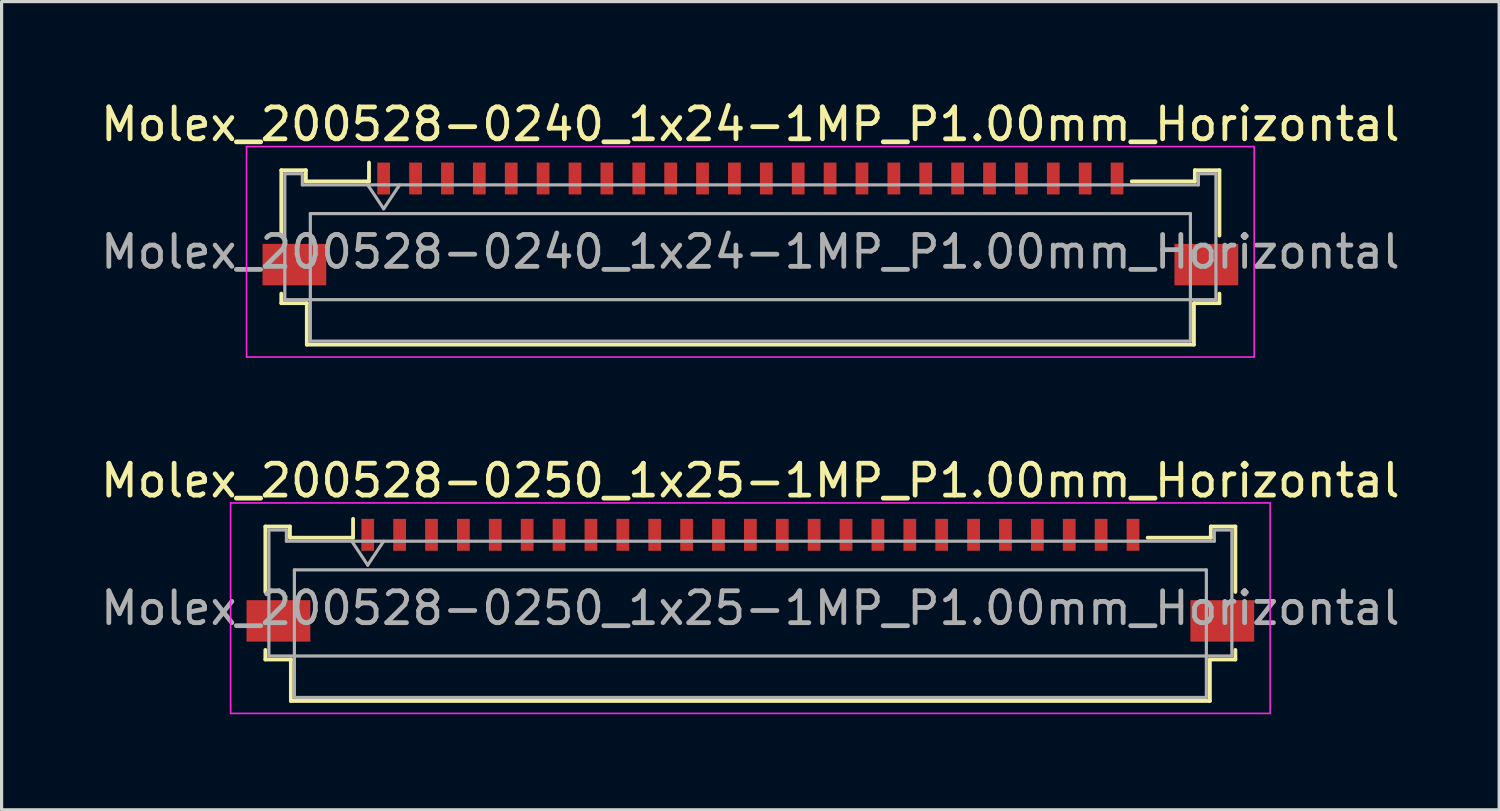
<source format=kicad_pcb>
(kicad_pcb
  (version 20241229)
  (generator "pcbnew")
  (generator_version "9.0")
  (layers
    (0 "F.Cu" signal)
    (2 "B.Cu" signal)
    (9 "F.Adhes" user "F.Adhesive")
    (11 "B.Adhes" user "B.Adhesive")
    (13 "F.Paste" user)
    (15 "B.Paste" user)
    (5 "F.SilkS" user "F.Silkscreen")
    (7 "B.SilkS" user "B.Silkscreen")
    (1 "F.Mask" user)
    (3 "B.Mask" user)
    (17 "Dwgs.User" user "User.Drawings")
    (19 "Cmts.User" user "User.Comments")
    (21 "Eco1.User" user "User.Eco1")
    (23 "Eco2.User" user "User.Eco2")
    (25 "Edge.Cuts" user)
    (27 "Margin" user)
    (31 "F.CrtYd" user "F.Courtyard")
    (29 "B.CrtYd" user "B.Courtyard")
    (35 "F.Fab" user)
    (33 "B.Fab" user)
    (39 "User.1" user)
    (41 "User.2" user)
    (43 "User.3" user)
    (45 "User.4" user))
  (footprint "Molex_200528-0240_1x24-1MP_P1.00mm_Horizontal"
    (layer "F.Cu")
    (at 20.482 3.458)
    (property "Reference" "Molex_200528-0240_1x24-1MP_P1.00mm_Horizontal" (at 0 -2.61 0) (layer "F.SilkS") (effects (font (size 1 1) (thickness 0.15))))
    (attr smd)
    (fp_line (start -14.71 -1.17) (end -14.71 0.88) (stroke (width 0.12) (type solid)) (layer "F.SilkS"))
    (fp_line (start -14.71 2.7) (end -14.71 3) (stroke (width 0.12) (type solid)) (layer "F.SilkS"))
    (fp_line (start -14.71 3) (end -13.91 3) (stroke (width 0.12) (type solid)) (layer "F.SilkS"))
    (fp_line (start -13.94 -1.17) (end -14.71 -1.17) (stroke (width 0.12) (type solid)) (layer "F.SilkS"))
    (fp_line (start -13.94 -0.82) (end -13.94 -1.17) (stroke (width 0.12) (type solid)) (layer "F.SilkS"))
    (fp_line (start -13.91 3) (end -13.91 4.3) (stroke (width 0.12) (type solid)) (layer "F.SilkS"))
    (fp_line (start -13.91 4.3) (end 13.91 4.3) (stroke (width 0.12) (type solid)) (layer "F.SilkS"))
    (fp_line (start -11.96 -1.41) (end -11.96 -0.82) (stroke (width 0.12) (type solid)) (layer "F.SilkS"))
    (fp_line (start -11.96 -0.82) (end -13.94 -0.82) (stroke (width 0.12) (type solid)) (layer "F.SilkS"))
    (fp_line (start 13.91 3) (end 14.71 3) (stroke (width 0.12) (type solid)) (layer "F.SilkS"))
    (fp_line (start 13.91 4.3) (end 13.91 3) (stroke (width 0.12) (type solid)) (layer "F.SilkS"))
    (fp_line (start 13.94 -1.17) (end 13.94 -0.82) (stroke (width 0.12) (type solid)) (layer "F.SilkS"))
    (fp_line (start 13.94 -0.82) (end 11.96 -0.82) (stroke (width 0.12) (type solid)) (layer "F.SilkS"))
    (fp_line (start 14.71 -1.17) (end 13.94 -1.17) (stroke (width 0.12) (type solid)) (layer "F.SilkS"))
    (fp_line (start 14.71 0.88) (end 14.71 -1.17) (stroke (width 0.12) (type solid)) (layer "F.SilkS"))
    (fp_line (start 14.71 3) (end 14.71 2.7) (stroke (width 0.12) (type solid)) (layer "F.SilkS"))
    (fp_line (start -15.8 -1.91) (end -15.8 4.69) (stroke (width 0.05) (type solid)) (layer "F.CrtYd"))
    (fp_line (start -15.8 4.69) (end 15.8 4.69) (stroke (width 0.05) (type solid)) (layer "F.CrtYd"))
    (fp_line (start 15.8 -1.91) (end -15.8 -1.91) (stroke (width 0.05) (type solid)) (layer "F.CrtYd"))
    (fp_line (start 15.8 4.69) (end 15.8 -1.91) (stroke (width 0.05) (type solid)) (layer "F.CrtYd"))
    (fp_line (start -14.6 -1.06) (end -14.6 2.89) (stroke (width 0.1) (type solid)) (layer "F.Fab"))
    (fp_line (start -14.6 2.89) (end 14.6 2.89) (stroke (width 0.1) (type solid)) (layer "F.Fab"))
    (fp_line (start -14.05 -1.06) (end -14.6 -1.06) (stroke (width 0.1) (type solid)) (layer "F.Fab"))
    (fp_line (start -14.05 -0.71) (end -14.05 -1.06) (stroke (width 0.1) (type solid)) (layer "F.Fab"))
    (fp_line (start -13.8 0.19) (end -13.8 4.19) (stroke (width 0.1) (type solid)) (layer "F.Fab"))
    (fp_line (start -13.8 4.19) (end 13.8 4.19) (stroke (width 0.1) (type solid)) (layer "F.Fab"))
    (fp_line (start -12 -0.71) (end -11.5 0.04) (stroke (width 0.1) (type solid)) (layer "F.Fab"))
    (fp_line (start -11.5 0.04) (end -11 -0.71) (stroke (width 0.1) (type solid)) (layer "F.Fab"))
    (fp_line (start 13.8 0.19) (end -13.8 0.19) (stroke (width 0.1) (type solid)) (layer "F.Fab"))
    (fp_line (start 13.8 4.19) (end 13.8 0.19) (stroke (width 0.1) (type solid)) (layer "F.Fab"))
    (fp_line (start 14.05 -1.06) (end 14.05 -0.71) (stroke (width 0.1) (type solid)) (layer "F.Fab"))
    (fp_line (start 14.05 -0.71) (end -14.05 -0.71) (stroke (width 0.1) (type solid)) (layer "F.Fab"))
    (fp_line (start 14.6 -1.06) (end 14.05 -1.06) (stroke (width 0.1) (type solid)) (layer "F.Fab"))
    (fp_line (start 14.6 2.89) (end 14.6 -1.06) (stroke (width 0.1) (type solid)) (layer "F.Fab"))
    (fp_text user "${REFERENCE}" (at 0 1.39 0) (layer "F.Fab") (effects (font (size 1 1) (thickness 0.15))))
    (pad "1" smd rect (at -11.5 -0.91) (size 0.4 1) (layers "F.Cu" "F.Mask" "F.Paste"))
    (pad "2" smd rect (at -10.5 -0.91) (size 0.4 1) (layers "F.Cu" "F.Mask" "F.Paste"))
    (pad "3" smd rect (at -9.5 -0.91) (size 0.4 1) (layers "F.Cu" "F.Mask" "F.Paste"))
    (pad "4" smd rect (at -8.5 -0.91) (size 0.4 1) (layers "F.Cu" "F.Mask" "F.Paste"))
    (pad "5" smd rect (at -7.5 -0.91) (size 0.4 1) (layers "F.Cu" "F.Mask" "F.Paste"))
    (pad "6" smd rect (at -6.5 -0.91) (size 0.4 1) (layers "F.Cu" "F.Mask" "F.Paste"))
    (pad "7" smd rect (at -5.5 -0.91) (size 0.4 1) (layers "F.Cu" "F.Mask" "F.Paste"))
    (pad "8" smd rect (at -4.5 -0.91) (size 0.4 1) (layers "F.Cu" "F.Mask" "F.Paste"))
    (pad "9" smd rect (at -3.5 -0.91) (size 0.4 1) (layers "F.Cu" "F.Mask" "F.Paste"))
    (pad "10" smd rect (at -2.5 -0.91) (size 0.4 1) (layers "F.Cu" "F.Mask" "F.Paste"))
    (pad "11" smd rect (at -1.5 -0.91) (size 0.4 1) (layers "F.Cu" "F.Mask" "F.Paste"))
    (pad "12" smd rect (at -0.5 -0.91) (size 0.4 1) (layers "F.Cu" "F.Mask" "F.Paste"))
    (pad "13" smd rect (at 0.5 -0.91) (size 0.4 1) (layers "F.Cu" "F.Mask" "F.Paste"))
    (pad "14" smd rect (at 1.5 -0.91) (size 0.4 1) (layers "F.Cu" "F.Mask" "F.Paste"))
    (pad "15" smd rect (at 2.5 -0.91) (size 0.4 1) (layers "F.Cu" "F.Mask" "F.Paste"))
    (pad "16" smd rect (at 3.5 -0.91) (size 0.4 1) (layers "F.Cu" "F.Mask" "F.Paste"))
    (pad "17" smd rect (at 4.5 -0.91) (size 0.4 1) (layers "F.Cu" "F.Mask" "F.Paste"))
    (pad "18" smd rect (at 5.5 -0.91) (size 0.4 1) (layers "F.Cu" "F.Mask" "F.Paste"))
    (pad "19" smd rect (at 6.5 -0.91) (size 0.4 1) (layers "F.Cu" "F.Mask" "F.Paste"))
    (pad "20" smd rect (at 7.5 -0.91) (size 0.4 1) (layers "F.Cu" "F.Mask" "F.Paste"))
    (pad "21" smd rect (at 8.5 -0.91) (size 0.4 1) (layers "F.Cu" "F.Mask" "F.Paste"))
    (pad "22" smd rect (at 9.5 -0.91) (size 0.4 1) (layers "F.Cu" "F.Mask" "F.Paste"))
    (pad "23" smd rect (at 10.5 -0.91) (size 0.4 1) (layers "F.Cu" "F.Mask" "F.Paste"))
    (pad "24" smd rect (at 11.5 -0.91) (size 0.4 1) (layers "F.Cu" "F.Mask" "F.Paste"))
    (pad "MP" smd rect (at -14.3 1.79) (size 2 1.3) (layers "F.Cu" "F.Mask" "F.Paste"))
    (pad "MP" smd rect (at 14.3 1.79) (size 2 1.3) (layers "F.Cu" "F.Mask" "F.Paste")))
  (footprint "Molex_200528-0250_1x25-1MP_P1.00mm_Horizontal"
    (layer "F.Cu")
    (at 20.482 14.632)
    (property "Reference" "Molex_200528-0250_1x25-1MP_P1.00mm_Horizontal" (at 0 -2.61 0) (layer "F.SilkS") (effects (font (size 1 1) (thickness 0.15))))
    (attr smd)
    (fp_line (start -15.21 -1.17) (end -15.21 0.88) (stroke (width 0.12) (type solid)) (layer "F.SilkS"))
    (fp_line (start -15.21 2.7) (end -15.21 3) (stroke (width 0.12) (type solid)) (layer "F.SilkS"))
    (fp_line (start -15.21 3) (end -14.41 3) (stroke (width 0.12) (type solid)) (layer "F.SilkS"))
    (fp_line (start -14.44 -1.17) (end -15.21 -1.17) (stroke (width 0.12) (type solid)) (layer "F.SilkS"))
    (fp_line (start -14.44 -0.82) (end -14.44 -1.17) (stroke (width 0.12) (type solid)) (layer "F.SilkS"))
    (fp_line (start -14.41 3) (end -14.41 4.3) (stroke (width 0.12) (type solid)) (layer "F.SilkS"))
    (fp_line (start -14.41 4.3) (end 14.41 4.3) (stroke (width 0.12) (type solid)) (layer "F.SilkS"))
    (fp_line (start -12.46 -1.41) (end -12.46 -0.82) (stroke (width 0.12) (type solid)) (layer "F.SilkS"))
    (fp_line (start -12.46 -0.82) (end -14.44 -0.82) (stroke (width 0.12) (type solid)) (layer "F.SilkS"))
    (fp_line (start 14.41 3) (end 15.21 3) (stroke (width 0.12) (type solid)) (layer "F.SilkS"))
    (fp_line (start 14.41 4.3) (end 14.41 3) (stroke (width 0.12) (type solid)) (layer "F.SilkS"))
    (fp_line (start 14.44 -1.17) (end 14.44 -0.82) (stroke (width 0.12) (type solid)) (layer "F.SilkS"))
    (fp_line (start 14.44 -0.82) (end 12.46 -0.82) (stroke (width 0.12) (type solid)) (layer "F.SilkS"))
    (fp_line (start 15.21 -1.17) (end 14.44 -1.17) (stroke (width 0.12) (type solid)) (layer "F.SilkS"))
    (fp_line (start 15.21 0.88) (end 15.21 -1.17) (stroke (width 0.12) (type solid)) (layer "F.SilkS"))
    (fp_line (start 15.21 3) (end 15.21 2.7) (stroke (width 0.12) (type solid)) (layer "F.SilkS"))
    (fp_line (start -16.3 -1.91) (end -16.3 4.69) (stroke (width 0.05) (type solid)) (layer "F.CrtYd"))
    (fp_line (start -16.3 4.69) (end 16.3 4.69) (stroke (width 0.05) (type solid)) (layer "F.CrtYd"))
    (fp_line (start 16.3 -1.91) (end -16.3 -1.91) (stroke (width 0.05) (type solid)) (layer "F.CrtYd"))
    (fp_line (start 16.3 4.69) (end 16.3 -1.91) (stroke (width 0.05) (type solid)) (layer "F.CrtYd"))
    (fp_line (start -15.1 -1.06) (end -15.1 2.89) (stroke (width 0.1) (type solid)) (layer "F.Fab"))
    (fp_line (start -15.1 2.89) (end 15.1 2.89) (stroke (width 0.1) (type solid)) (layer "F.Fab"))
    (fp_line (start -14.55 -1.06) (end -15.1 -1.06) (stroke (width 0.1) (type solid)) (layer "F.Fab"))
    (fp_line (start -14.55 -0.71) (end -14.55 -1.06) (stroke (width 0.1) (type solid)) (layer "F.Fab"))
    (fp_line (start -14.3 0.19) (end -14.3 4.19) (stroke (width 0.1) (type solid)) (layer "F.Fab"))
    (fp_line (start -14.3 4.19) (end 14.3 4.19) (stroke (width 0.1) (type solid)) (layer "F.Fab"))
    (fp_line (start -12.5 -0.71) (end -12 0.04) (stroke (width 0.1) (type solid)) (layer "F.Fab"))
    (fp_line (start -12 0.04) (end -11.5 -0.71) (stroke (width 0.1) (type solid)) (layer "F.Fab"))
    (fp_line (start 14.3 0.19) (end -14.3 0.19) (stroke (width 0.1) (type solid)) (layer "F.Fab"))
    (fp_line (start 14.3 4.19) (end 14.3 0.19) (stroke (width 0.1) (type solid)) (layer "F.Fab"))
    (fp_line (start 14.55 -1.06) (end 14.55 -0.71) (stroke (width 0.1) (type solid)) (layer "F.Fab"))
    (fp_line (start 14.55 -0.71) (end -14.55 -0.71) (stroke (width 0.1) (type solid)) (layer "F.Fab"))
    (fp_line (start 15.1 -1.06) (end 14.55 -1.06) (stroke (width 0.1) (type solid)) (layer "F.Fab"))
    (fp_line (start 15.1 2.89) (end 15.1 -1.06) (stroke (width 0.1) (type solid)) (layer "F.Fab"))
    (fp_text user "${REFERENCE}" (at 0 1.39 0) (layer "F.Fab") (effects (font (size 1 1) (thickness 0.15))))
    (pad "1" smd rect (at -12 -0.91) (size 0.4 1) (layers "F.Cu" "F.Mask" "F.Paste"))
    (pad "2" smd rect (at -11 -0.91) (size 0.4 1) (layers "F.Cu" "F.Mask" "F.Paste"))
    (pad "3" smd rect (at -10 -0.91) (size 0.4 1) (layers "F.Cu" "F.Mask" "F.Paste"))
    (pad "4" smd rect (at -9 -0.91) (size 0.4 1) (layers "F.Cu" "F.Mask" "F.Paste"))
    (pad "5" smd rect (at -8 -0.91) (size 0.4 1) (layers "F.Cu" "F.Mask" "F.Paste"))
    (pad "6" smd rect (at -7 -0.91) (size 0.4 1) (layers "F.Cu" "F.Mask" "F.Paste"))
    (pad "7" smd rect (at -6 -0.91) (size 0.4 1) (layers "F.Cu" "F.Mask" "F.Paste"))
    (pad "8" smd rect (at -5 -0.91) (size 0.4 1) (layers "F.Cu" "F.Mask" "F.Paste"))
    (pad "9" smd rect (at -4 -0.91) (size 0.4 1) (layers "F.Cu" "F.Mask" "F.Paste"))
    (pad "10" smd rect (at -3 -0.91) (size 0.4 1) (layers "F.Cu" "F.Mask" "F.Paste"))
    (pad "11" smd rect (at -2 -0.91) (size 0.4 1) (layers "F.Cu" "F.Mask" "F.Paste"))
    (pad "12" smd rect (at -1 -0.91) (size 0.4 1) (layers "F.Cu" "F.Mask" "F.Paste"))
    (pad "13" smd rect (at 0 -0.91) (size 0.4 1) (layers "F.Cu" "F.Mask" "F.Paste"))
    (pad "14" smd rect (at 1 -0.91) (size 0.4 1) (layers "F.Cu" "F.Mask" "F.Paste"))
    (pad "15" smd rect (at 2 -0.91) (size 0.4 1) (layers "F.Cu" "F.Mask" "F.Paste"))
    (pad "16" smd rect (at 3 -0.91) (size 0.4 1) (layers "F.Cu" "F.Mask" "F.Paste"))
    (pad "17" smd rect (at 4 -0.91) (size 0.4 1) (layers "F.Cu" "F.Mask" "F.Paste"))
    (pad "18" smd rect (at 5 -0.91) (size 0.4 1) (layers "F.Cu" "F.Mask" "F.Paste"))
    (pad "19" smd rect (at 6 -0.91) (size 0.4 1) (layers "F.Cu" "F.Mask" "F.Paste"))
    (pad "20" smd rect (at 7 -0.91) (size 0.4 1) (layers "F.Cu" "F.Mask" "F.Paste"))
    (pad "21" smd rect (at 8 -0.91) (size 0.4 1) (layers "F.Cu" "F.Mask" "F.Paste"))
    (pad "22" smd rect (at 9 -0.91) (size 0.4 1) (layers "F.Cu" "F.Mask" "F.Paste"))
    (pad "23" smd rect (at 10 -0.91) (size 0.4 1) (layers "F.Cu" "F.Mask" "F.Paste"))
    (pad "24" smd rect (at 11 -0.91) (size 0.4 1) (layers "F.Cu" "F.Mask" "F.Paste"))
    (pad "25" smd rect (at 12 -0.91) (size 0.4 1) (layers "F.Cu" "F.Mask" "F.Paste"))
    (pad "MP" smd rect (at -14.8 1.79) (size 2 1.3) (layers "F.Cu" "F.Mask" "F.Paste"))
    (pad "MP" smd rect (at 14.8 1.79) (size 2 1.3) (layers "F.Cu" "F.Mask" "F.Paste")))
  (gr_rect
    (start -3 -3)
    (end 43.964 22.346)
    (stroke (width 0.1) (type default))
    (fill no)
    (layer "Edge.Cuts")))
</source>
